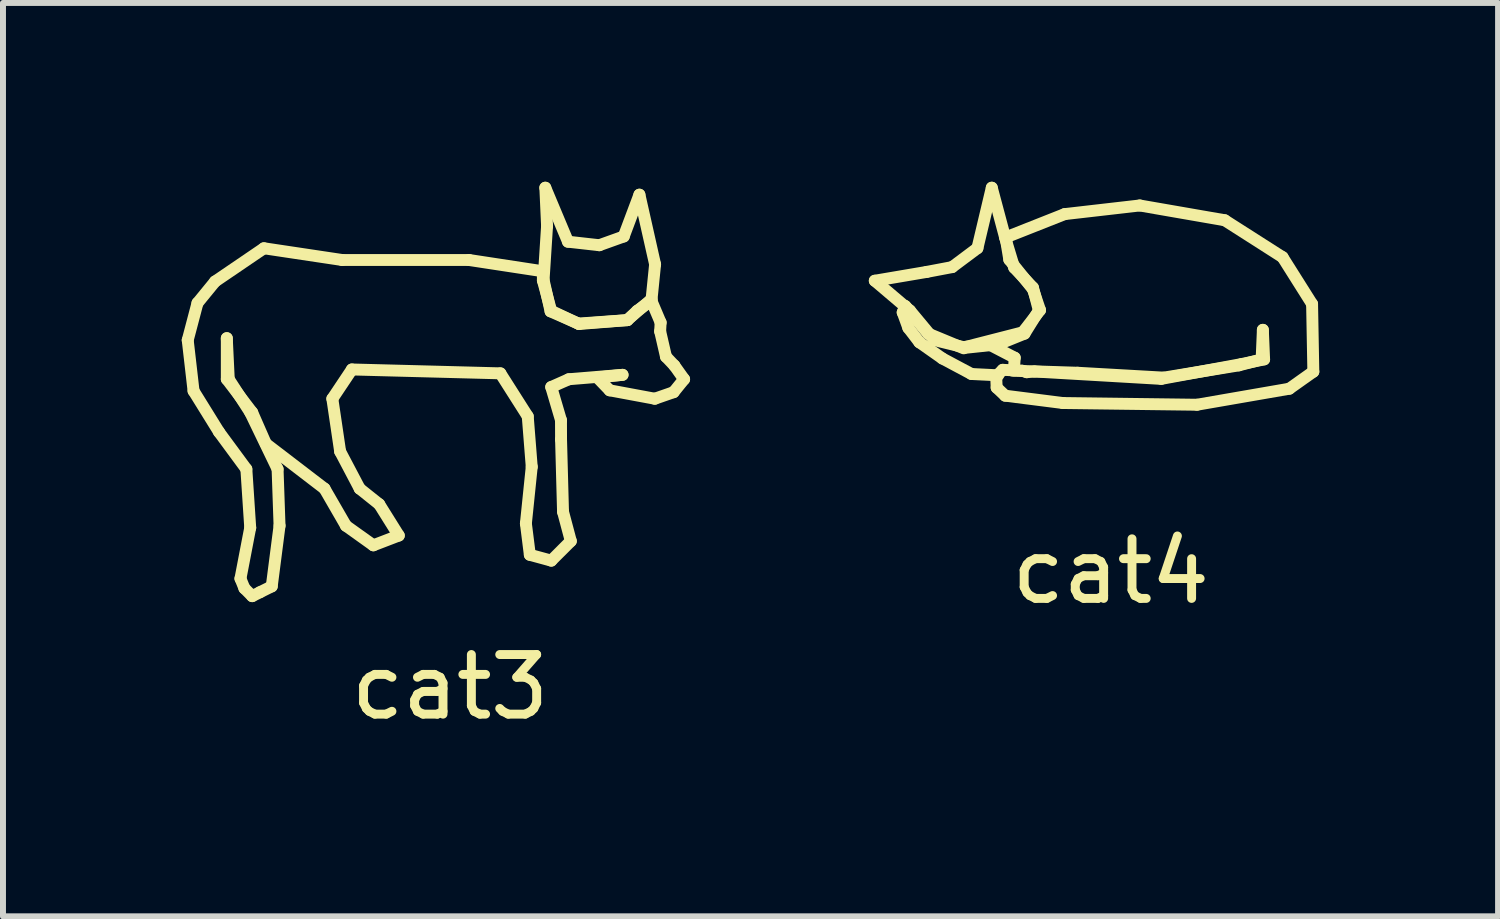
<source format=kicad_pcb>
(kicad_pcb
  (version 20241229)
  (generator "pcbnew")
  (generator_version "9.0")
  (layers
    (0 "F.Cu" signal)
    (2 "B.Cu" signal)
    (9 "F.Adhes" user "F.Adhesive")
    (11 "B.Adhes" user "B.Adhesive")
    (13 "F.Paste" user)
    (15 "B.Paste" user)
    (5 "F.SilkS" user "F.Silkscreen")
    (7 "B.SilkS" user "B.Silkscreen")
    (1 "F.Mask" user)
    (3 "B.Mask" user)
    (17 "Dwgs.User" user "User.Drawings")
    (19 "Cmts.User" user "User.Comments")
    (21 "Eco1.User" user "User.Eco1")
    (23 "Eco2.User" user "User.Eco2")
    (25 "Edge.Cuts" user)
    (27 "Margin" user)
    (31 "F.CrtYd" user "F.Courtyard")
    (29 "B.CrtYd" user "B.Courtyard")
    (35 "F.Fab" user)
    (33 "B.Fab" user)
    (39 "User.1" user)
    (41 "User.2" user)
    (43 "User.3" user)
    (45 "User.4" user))
  (footprint "cat4"
    (layer "F.Cu")
    (at 15.589 3.537)
    (property "Reference" "cat4" (at 0 3 0) (unlocked yes) (layer "F.SilkS") (effects (font (size 1 1) (thickness 0.15))))
    (attr through_hole)
    (fp_line (start -3.959 -1.876) (end -3.088 -2.024) (stroke (width 0.2) (type solid)) (layer "F.SilkS"))
    (fp_line (start -3.491 -1.344) (end -3.448 -1.451) (stroke (width 0.2) (type solid)) (layer "F.SilkS"))
    (fp_line (start -3.448 -1.451) (end -3.066 -0.99) (stroke (width 0.2) (type solid)) (layer "F.SilkS"))
    (fp_line (start -3.396 -1.084) (end -3.491 -1.344) (stroke (width 0.2) (type solid)) (layer "F.SilkS"))
    (fp_line (start -3.37 -1.376) (end -3.959 -1.876) (stroke (width 0.2) (type solid)) (layer "F.SilkS"))
    (fp_line (start -3.211 -0.843) (end -3.396 -1.084) (stroke (width 0.2) (type solid)) (layer "F.SilkS"))
    (fp_line (start -3.088 -2.024) (end -2.661 -2.105) (stroke (width 0.2) (type solid)) (layer "F.SilkS"))
    (fp_line (start -3.066 -0.99) (end -2.467 -0.742) (stroke (width 0.2) (type solid)) (layer "F.SilkS"))
    (fp_line (start -2.958 -0.88) (end -3.37 -1.376) (stroke (width 0.2) (type solid)) (layer "F.SilkS"))
    (fp_line (start -2.824 -0.571) (end -3.211 -0.843) (stroke (width 0.2) (type solid)) (layer "F.SilkS"))
    (fp_line (start -2.661 -2.105) (end -2.237 -2.422) (stroke (width 0.2) (type solid)) (layer "F.SilkS"))
    (fp_line (start -2.478 -0.763) (end -2.958 -0.88) (stroke (width 0.2) (type solid)) (layer "F.SilkS"))
    (fp_line (start -2.453 -0.76) (end -1.475 -1.011) (stroke (width 0.2) (type solid)) (layer "F.SilkS"))
    (fp_line (start -2.337 -0.311) (end -2.824 -0.571) (stroke (width 0.2) (type solid)) (layer "F.SilkS"))
    (fp_line (start -2.237 -2.422) (end -1.996 -3.437) (stroke (width 0.2) (type solid)) (layer "F.SilkS"))
    (fp_line (start -2.017 -0.795) (end -2.454 -0.749) (stroke (width 0.2) (type solid)) (layer "F.SilkS"))
    (fp_line (start -1.996 -3.437) (end -1.77 -2.592) (stroke (width 0.2) (type solid)) (layer "F.SilkS"))
    (fp_line (start -1.922 -0.271) (end -1.812 -0.381) (stroke (width 0.2) (type solid)) (layer "F.SilkS"))
    (fp_line (start -1.914 -0.082) (end -1.922 -0.271) (stroke (width 0.2) (type solid)) (layer "F.SilkS"))
    (fp_line (start -1.889 -0.289) (end -2.337 -0.311) (stroke (width 0.2) (type solid)) (layer "F.SilkS"))
    (fp_line (start -1.866 -0.818) (end -2.478 -0.763) (stroke (width 0.2) (type solid)) (layer "F.SilkS"))
    (fp_line (start -1.812 -0.381) (end -1.487 -0.366) (stroke (width 0.2) (type solid)) (layer "F.SilkS"))
    (fp_line (start -1.771 0.053) (end -1.914 -0.082) (stroke (width 0.2) (type solid)) (layer "F.SilkS"))
    (fp_line (start -1.77 -2.592) (end -1.62 -2.096) (stroke (width 0.2) (type solid)) (layer "F.SilkS"))
    (fp_line (start -1.764 -2.602) (end -0.773 -2.994) (stroke (width 0.2) (type solid)) (layer "F.SilkS"))
    (fp_line (start -1.702 -2.23) (end -1.764 -2.602) (stroke (width 0.2) (type solid)) (layer "F.SilkS"))
    (fp_line (start -1.625 -0.372) (end -1.611 -0.584) (stroke (width 0.2) (type solid)) (layer "F.SilkS"))
    (fp_line (start -1.62 -2.096) (end -1.305 -1.76) (stroke (width 0.2) (type solid)) (layer "F.SilkS"))
    (fp_line (start -1.611 -0.584) (end -2.017 -0.795) (stroke (width 0.2) (type solid)) (layer "F.SilkS"))
    (fp_line (start -1.487 -0.366) (end -1.41 -0.341) (stroke (width 0.2) (type solid)) (layer "F.SilkS"))
    (fp_line (start -1.475 -1.011) (end -1.186 -1.383) (stroke (width 0.2) (type solid)) (layer "F.SilkS"))
    (fp_line (start -1.447 -0.988) (end -1.866 -0.818) (stroke (width 0.2) (type solid)) (layer "F.SilkS"))
    (fp_line (start -1.41 -0.341) (end -1.279 -0.353) (stroke (width 0.2) (type solid)) (layer "F.SilkS"))
    (fp_line (start -1.305 -1.76) (end -1.206 -1.376) (stroke (width 0.2) (type solid)) (layer "F.SilkS"))
    (fp_line (start -1.303 -1.73) (end -1.702 -2.23) (stroke (width 0.2) (type solid)) (layer "F.SilkS"))
    (fp_line (start -1.279 -0.353) (end 0.848 -0.229) (stroke (width 0.2) (type solid)) (layer "F.SilkS"))
    (fp_line (start -1.206 -1.376) (end -1.447 -0.988) (stroke (width 0.2) (type solid)) (layer "F.SilkS"))
    (fp_line (start -1.186 -1.383) (end -1.303 -1.73) (stroke (width 0.2) (type solid)) (layer "F.SilkS"))
    (fp_line (start -0.804 0.176) (end -1.771 0.053) (stroke (width 0.2) (type solid)) (layer "F.SilkS"))
    (fp_line (start -0.773 -2.994) (end 0.487 -3.139) (stroke (width 0.2) (type solid)) (layer "F.SilkS"))
    (fp_line (start -0.556 -0.332) (end -1.648 -0.367) (stroke (width 0.2) (type solid)) (layer "F.SilkS"))
    (fp_line (start 0.487 -3.139) (end 1.913 -2.891) (stroke (width 0.2) (type solid)) (layer "F.SilkS"))
    (fp_line (start 0.848 -0.229) (end 2.191 -0.477) (stroke (width 0.2) (type solid)) (layer "F.SilkS"))
    (fp_line (start 0.89 -0.25) (end -0.556 -0.332) (stroke (width 0.2) (type solid)) (layer "F.SilkS"))
    (fp_line (start 1.447 0.205) (end -0.804 0.176) (stroke (width 0.2) (type solid)) (layer "F.SilkS"))
    (fp_line (start 1.913 -2.891) (end 2.884 -2.271) (stroke (width 0.2) (type solid)) (layer "F.SilkS"))
    (fp_line (start 2.15 -0.456) (end 0.89 -0.25) (stroke (width 0.2) (type solid)) (layer "F.SilkS"))
    (fp_line (start 2.191 -0.477) (end 2.574 -0.556) (stroke (width 0.2) (type solid)) (layer "F.SilkS"))
    (fp_line (start 2.532 -0.556) (end 2.15 -0.456) (stroke (width 0.2) (type solid)) (layer "F.SilkS"))
    (fp_line (start 2.553 -1.052) (end 2.532 -0.556) (stroke (width 0.2) (type solid)) (layer "F.SilkS"))
    (fp_line (start 2.574 -0.556) (end 2.553 -1.052) (stroke (width 0.2) (type solid)) (layer "F.SilkS"))
    (fp_line (start 2.884 -2.271) (end 3.379 -1.486) (stroke (width 0.2) (type solid)) (layer "F.SilkS"))
    (fp_line (start 2.997 -0.064) (end 1.447 0.205) (stroke (width 0.2) (type solid)) (layer "F.SilkS"))
    (fp_line (start 3.379 -1.486) (end 3.4 -0.35) (stroke (width 0.2) (type solid)) (layer "F.SilkS"))
    (fp_line (start 3.4 -0.35) (end 2.997 -0.064) (stroke (width 0.2) (type solid)) (layer "F.SilkS")))
  (footprint "cat3"
    (layer "F.Cu")
    (at 4.003 3.479)
    (property "Reference" "cat3" (at 0.5 5 0) (unlocked yes) (layer "F.SilkS") (effects (font (size 1 1) (thickness 0.15))))
    (attr through_hole)
    (fp_line (start -3.903 -0.821) (end -3.805 0.031) (stroke (width 0.2) (type solid)) (layer "F.SilkS"))
    (fp_line (start -3.805 0.031) (end -3.378 0.72) (stroke (width 0.2) (type solid)) (layer "F.SilkS"))
    (fp_line (start -3.739 -1.444) (end -3.903 -0.821) (stroke (width 0.2) (type solid)) (layer "F.SilkS"))
    (fp_line (start -3.444 -1.805) (end -3.739 -1.444) (stroke (width 0.2) (type solid)) (layer "F.SilkS"))
    (fp_line (start -3.378 0.72) (end -2.919 1.343) (stroke (width 0.2) (type solid)) (layer "F.SilkS"))
    (fp_line (start -3.247 -0.854) (end -3.247 -0.166) (stroke (width 0.2) (type solid)) (layer "F.SilkS"))
    (fp_line (start -3.247 -0.166) (end -2.821 0.392) (stroke (width 0.2) (type solid)) (layer "F.SilkS"))
    (fp_line (start -3.214 -0.166) (end -3.247 -0.854) (stroke (width 0.2) (type solid)) (layer "F.SilkS"))
    (fp_line (start -3.018 3.18) (end -2.952 3.343) (stroke (width 0.2) (type solid)) (layer "F.SilkS"))
    (fp_line (start -2.952 3.343) (end -2.821 3.475) (stroke (width 0.2) (type solid)) (layer "F.SilkS"))
    (fp_line (start -2.919 1.343) (end -2.854 2.327) (stroke (width 0.2) (type solid)) (layer "F.SilkS"))
    (fp_line (start -2.854 2.327) (end -3.018 3.18) (stroke (width 0.2) (type solid)) (layer "F.SilkS"))
    (fp_line (start -2.854 0.392) (end -3.214 -0.166) (stroke (width 0.2) (type solid)) (layer "F.SilkS"))
    (fp_line (start -2.821 0.392) (end -2.591 0.917) (stroke (width 0.2) (type solid)) (layer "F.SilkS"))
    (fp_line (start -2.821 3.475) (end -2.69 3.409) (stroke (width 0.2) (type solid)) (layer "F.SilkS"))
    (fp_line (start -2.69 3.409) (end -2.493 3.311) (stroke (width 0.2) (type solid)) (layer "F.SilkS"))
    (fp_line (start -2.624 -2.363) (end -3.444 -1.805) (stroke (width 0.2) (type solid)) (layer "F.SilkS"))
    (fp_line (start -2.591 0.917) (end -1.607 1.671) (stroke (width 0.2) (type solid)) (layer "F.SilkS"))
    (fp_line (start -2.493 3.311) (end -2.362 2.294) (stroke (width 0.2) (type solid)) (layer "F.SilkS"))
    (fp_line (start -2.395 1.343) (end -2.854 0.392) (stroke (width 0.2) (type solid)) (layer "F.SilkS"))
    (fp_line (start -2.362 2.294) (end -2.395 1.343) (stroke (width 0.2) (type solid)) (layer "F.SilkS"))
    (fp_line (start -1.607 1.671) (end -1.247 2.294) (stroke (width 0.2) (type solid)) (layer "F.SilkS"))
    (fp_line (start -1.476 0.162) (end -1.148 -0.329) (stroke (width 0.2) (type solid)) (layer "F.SilkS"))
    (fp_line (start -1.345 1.048) (end -1.476 0.162) (stroke (width 0.2) (type solid)) (layer "F.SilkS"))
    (fp_line (start -1.312 -2.166) (end -2.624 -2.363) (stroke (width 0.2) (type solid)) (layer "F.SilkS"))
    (fp_line (start -1.247 2.294) (end -0.788 2.622) (stroke (width 0.2) (type solid)) (layer "F.SilkS"))
    (fp_line (start -1.148 -0.329) (end 1.344 -0.264) (stroke (width 0.2) (type solid)) (layer "F.SilkS"))
    (fp_line (start -1.017 1.671) (end -1.345 1.048) (stroke (width 0.2) (type solid)) (layer "F.SilkS"))
    (fp_line (start -0.788 2.622) (end -0.361 2.458) (stroke (width 0.2) (type solid)) (layer "F.SilkS"))
    (fp_line (start -0.689 1.933) (end -1.017 1.671) (stroke (width 0.2) (type solid)) (layer "F.SilkS"))
    (fp_line (start -0.361 2.458) (end -0.689 1.933) (stroke (width 0.2) (type solid)) (layer "F.SilkS"))
    (fp_line (start 0.819 -2.166) (end -1.312 -2.166) (stroke (width 0.2) (type solid)) (layer "F.SilkS"))
    (fp_line (start 1.344 -0.264) (end 1.803 0.458) (stroke (width 0.2) (type solid)) (layer "F.SilkS"))
    (fp_line (start 1.772 2.256) (end 1.838 2.781) (stroke (width 0.2) (type solid)) (layer "F.SilkS"))
    (fp_line (start 1.803 0.458) (end 1.87 1.305) (stroke (width 0.2) (type solid)) (layer "F.SilkS"))
    (fp_line (start 1.838 2.781) (end 2.198 2.879) (stroke (width 0.2) (type solid)) (layer "F.SilkS"))
    (fp_line (start 1.87 1.305) (end 1.772 2.256) (stroke (width 0.2) (type solid)) (layer "F.SilkS"))
    (fp_line (start 2.057 -1.822) (end 2.057 -1.977) (stroke (width 0.2) (type solid)) (layer "F.SilkS"))
    (fp_line (start 2.057 -1.977) (end 0.819 -2.166) (stroke (width 0.2) (type solid)) (layer "F.SilkS"))
    (fp_line (start 2.069 -1.83) (end 2.186 -1.304) (stroke (width 0.2) (type solid)) (layer "F.SilkS"))
    (fp_line (start 2.098 -3.379) (end 2.127 -2.736) (stroke (width 0.2) (type solid)) (layer "F.SilkS"))
    (fp_line (start 2.127 -2.736) (end 2.069 -1.83) (stroke (width 0.2) (type solid)) (layer "F.SilkS"))
    (fp_line (start 2.186 -1.304) (end 2.653 -1.099) (stroke (width 0.2) (type solid)) (layer "F.SilkS"))
    (fp_line (start 2.196 -1.313) (end 2.057 -1.822) (stroke (width 0.2) (type solid)) (layer "F.SilkS"))
    (fp_line (start 2.197 -0.034) (end 2.492 -0.165) (stroke (width 0.2) (type solid)) (layer "F.SilkS"))
    (fp_line (start 2.198 2.879) (end 2.526 2.551) (stroke (width 0.2) (type solid)) (layer "F.SilkS"))
    (fp_line (start 2.361 0.523) (end 2.197 -0.034) (stroke (width 0.2) (type solid)) (layer "F.SilkS"))
    (fp_line (start 2.362 0.846) (end 2.361 0.523) (stroke (width 0.2) (type solid)) (layer "F.SilkS"))
    (fp_line (start 2.395 2.059) (end 2.362 0.846) (stroke (width 0.2) (type solid)) (layer "F.SilkS"))
    (fp_line (start 2.478 -2.473) (end 2.098 -3.379) (stroke (width 0.2) (type solid)) (layer "F.SilkS"))
    (fp_line (start 2.492 -0.165) (end 3.394 -0.239) (stroke (width 0.2) (type solid)) (layer "F.SilkS"))
    (fp_line (start 2.526 2.551) (end 2.395 2.059) (stroke (width 0.2) (type solid)) (layer "F.SilkS"))
    (fp_line (start 2.653 -1.099) (end 3.472 -1.157) (stroke (width 0.2) (type solid)) (layer "F.SilkS"))
    (fp_line (start 2.664 -1.092) (end 2.196 -1.313) (stroke (width 0.2) (type solid)) (layer "F.SilkS"))
    (fp_line (start 2.971 -0.194) (end 3.178 0.021) (stroke (width 0.2) (type solid)) (layer "F.SilkS"))
    (fp_line (start 3.004 -2.414) (end 2.478 -2.473) (stroke (width 0.2) (type solid)) (layer "F.SilkS"))
    (fp_line (start 3.178 0.021) (end 3.935 0.162) (stroke (width 0.2) (type solid)) (layer "F.SilkS"))
    (fp_line (start 3.394 -0.239) (end 2.971 -0.194) (stroke (width 0.2) (type solid)) (layer "F.SilkS"))
    (fp_line (start 3.414 -2.561) (end 3.004 -2.414) (stroke (width 0.2) (type solid)) (layer "F.SilkS"))
    (fp_line (start 3.472 -1.157) (end 3.881 -1.508) (stroke (width 0.2) (type solid)) (layer "F.SilkS"))
    (fp_line (start 3.475 -1.157) (end 2.664 -1.092) (stroke (width 0.2) (type solid)) (layer "F.SilkS"))
    (fp_line (start 3.639 -1.313) (end 3.475 -1.157) (stroke (width 0.2) (type solid)) (layer "F.SilkS"))
    (fp_line (start 3.677 -3.262) (end 3.414 -2.561) (stroke (width 0.2) (type solid)) (layer "F.SilkS"))
    (fp_line (start 3.877 -1.485) (end 3.639 -1.313) (stroke (width 0.2) (type solid)) (layer "F.SilkS"))
    (fp_line (start 3.881 -1.508) (end 3.94 -2.093) (stroke (width 0.2) (type solid)) (layer "F.SilkS"))
    (fp_line (start 3.935 0.162) (end 4.251 0.052) (stroke (width 0.2) (type solid)) (layer "F.SilkS"))
    (fp_line (start 3.94 -2.093) (end 3.677 -3.262) (stroke (width 0.2) (type solid)) (layer "F.SilkS"))
    (fp_line (start 4.025 -0.969) (end 4.033 -1.117) (stroke (width 0.2) (type solid)) (layer "F.SilkS"))
    (fp_line (start 4.033 -1.117) (end 3.877 -1.485) (stroke (width 0.2) (type solid)) (layer "F.SilkS"))
    (fp_line (start 4.123 -0.543) (end 4.025 -0.969) (stroke (width 0.2) (type solid)) (layer "F.SilkS"))
    (fp_line (start 4.251 0.052) (end 4.427 -0.165) (stroke (width 0.2) (type solid)) (layer "F.SilkS"))
    (fp_line (start 4.263 -0.395) (end 4.123 -0.543) (stroke (width 0.2) (type solid)) (layer "F.SilkS"))
    (fp_line (start 4.427 -0.165) (end 4.263 -0.395) (stroke (width 0.2) (type solid)) (layer "F.SilkS")))
  (gr_rect
    (start -3 -3)
    (end 22.089 12.327)
    (stroke (width 0.1) (type default))
    (fill no)
    (layer "Edge.Cuts")))
</source>
